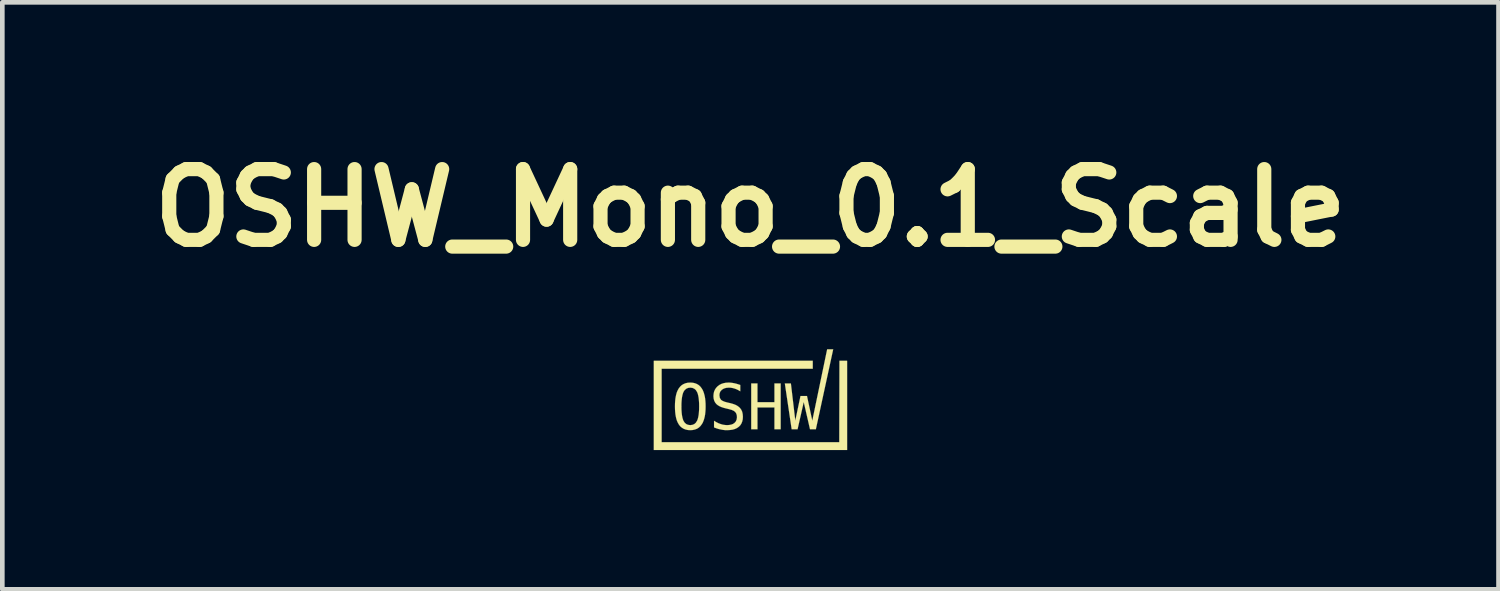
<source format=kicad_pcb>
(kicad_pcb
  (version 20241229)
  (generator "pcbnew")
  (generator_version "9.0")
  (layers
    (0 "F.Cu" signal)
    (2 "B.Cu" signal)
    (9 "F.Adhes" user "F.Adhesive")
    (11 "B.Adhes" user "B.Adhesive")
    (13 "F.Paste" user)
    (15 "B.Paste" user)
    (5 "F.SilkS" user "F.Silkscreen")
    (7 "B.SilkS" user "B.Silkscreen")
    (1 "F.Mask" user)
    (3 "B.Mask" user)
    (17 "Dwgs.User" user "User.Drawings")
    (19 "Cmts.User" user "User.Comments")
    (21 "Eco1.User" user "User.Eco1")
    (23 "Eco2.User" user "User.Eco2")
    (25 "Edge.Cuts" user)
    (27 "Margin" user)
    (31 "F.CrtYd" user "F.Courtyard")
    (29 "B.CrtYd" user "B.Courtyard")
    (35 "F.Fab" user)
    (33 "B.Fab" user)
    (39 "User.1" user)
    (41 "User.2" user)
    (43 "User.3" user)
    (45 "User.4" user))
  (footprint "OSHW_Mono_0.1_Scale"
    (layer "F.Cu")
    (at 13.114 5.559)
    (property "Reference" "OSHW_Mono_0.1_Scale" (at 0 -4.132 0) (layer "F.SilkS") (effects (font (size 1.524 1.524) (thickness 0.305))))
    (attr through_hole board_only exclude_from_pos_files exclude_from_bom)
    (fp_poly (pts (xy 0.017 -0.35) (xy 0.151 -0.35) (xy 0.151 0.054) (xy 0.517 0.054) (xy 0.517 -0.35) (xy 0.651 -0.35) (xy 0.651 0.637) (xy 0.517 0.637) (xy 0.517 0.167) (xy 0.151 0.167) (xy 0.151 0.637) (xy 0.017 0.637) (xy 0.017 -0.35)) (stroke (width 0.003) (type solid)) (fill yes) (layer "F.SilkS"))
    (fp_poly (pts (xy 0.741 -0.35) (xy 0.871 -0.35) (xy 0.966 0.451) (xy 1.078 -0.079) (xy 1.218 -0.079) (xy 1.332 0.453) (xy 1.652 -1.084) (xy 1.782 -1.084) (xy 1.409 0.637) (xy 1.283 0.637) (xy 1.148 0.05) (xy 1.015 0.637) (xy 0.888 0.637) (xy 0.741 -0.35)) (stroke (width 0.003) (type solid)) (fill yes) (layer "F.SilkS"))
    (fp_poly (pts (xy -2.082 -0.837) (xy -2.082 -0.752) (xy -2.082 0.999) (xy -2.082 1.084) (xy -1.998 1.084) (xy 1.998 1.084) (xy 2.082 1.084) (xy 2.082 0.999) (xy 2.082 -0.837) (xy 1.917 -0.837) (xy 1.913 0.915) (xy -1.913 0.915) (xy -1.913 -0.667) (xy 1.342 -0.667) (xy 1.342 -0.837) (xy -1.998 -0.837) (xy -2.082 -0.837)) (stroke (width 0.003) (type solid)) (fill yes) (layer "F.SilkS"))
    (fp_poly (pts (xy -0.219 -0.317) (xy -0.219 -0.181) (xy -0.26 -0.205) (xy -0.301 -0.225) (xy -0.342 -0.24) (xy -0.383 -0.251) (xy -0.424 -0.258) (xy -0.465 -0.26) (xy -0.524 -0.255) (xy -0.573 -0.24) (xy -0.614 -0.215) (xy -0.645 -0.183) (xy -0.663 -0.143) (xy -0.669 -0.097) (xy -0.66 -0.039) (xy -0.634 0.003) (xy -0.602 0.025) (xy -0.557 0.044) (xy -0.499 0.06) (xy -0.429 0.076) (xy -0.376 0.091) (xy -0.329 0.108) (xy -0.289 0.128) (xy -0.255 0.152) (xy -0.226 0.178) (xy -0.198 0.216) (xy -0.178 0.26) (xy -0.167 0.311) (xy -0.163 0.367) (xy -0.166 0.421) (xy -0.177 0.469) (xy -0.194 0.512) (xy -0.218 0.55) (xy -0.25 0.582) (xy -0.288 0.609) (xy -0.332 0.63) (xy -0.383 0.645) (xy -0.44 0.653) (xy -0.504 0.656) (xy -0.55 0.655) (xy -0.597 0.65) (xy -0.643 0.641) (xy -0.69 0.63) (xy -0.737 0.615) (xy -0.784 0.597) (xy -0.784 0.455) (xy -0.735 0.484) (xy -0.687 0.508) (xy -0.641 0.525) (xy -0.595 0.538) (xy -0.55 0.545) (xy -0.504 0.548) (xy -0.456 0.545) (xy -0.414 0.537) (xy -0.377 0.523) (xy -0.346 0.503) (xy -0.315 0.469) (xy -0.297 0.426) (xy -0.29 0.376) (xy -0.295 0.33) (xy -0.308 0.293) (xy -0.329 0.263) (xy -0.361 0.239) (xy -0.406 0.219) (xy -0.464 0.203) (xy -0.535 0.186) (xy -0.587 0.172) (xy -0.633 0.156) (xy -0.673 0.137) (xy -0.707 0.116) (xy -0.735 0.092) (xy -0.762 0.058) (xy -0.781 0.019) (xy -0.793 -0.026) (xy -0.797 -0.077) (xy -0.793 -0.127) (xy -0.783 -0.174) (xy -0.765 -0.216) (xy -0.74 -0.254) (xy -0.708 -0.288) (xy -0.67 -0.317) (xy -0.628 -0.339) (xy -0.58 -0.355) (xy -0.528 -0.365) (xy -0.472 -0.368) (xy -0.433 -0.367) (xy -0.393 -0.362) (xy -0.352 -0.355) (xy -0.309 -0.345) (xy -0.265 -0.332) (xy -0.219 -0.317)) (stroke (width 0.003) (type solid)) (fill yes) (layer "F.SilkS"))
    (fp_poly (pts (xy -1.105 0.144) (xy -0.966 0.144) (xy -0.967 0.207) (xy -0.971 0.265) (xy -0.977 0.319) (xy -0.986 0.37) (xy -0.998 0.416) (xy -1.012 0.458) (xy -1.028 0.496) (xy -1.048 0.529) (xy -1.077 0.568) (xy -1.111 0.6) (xy -1.15 0.625) (xy -1.194 0.642) (xy -1.243 0.653) (xy -1.296 0.656) (xy -1.35 0.653) (xy -1.398 0.642) (xy -1.442 0.625) (xy -1.481 0.6) (xy -1.516 0.569) (xy -1.545 0.53) (xy -1.564 0.496) (xy -1.581 0.459) (xy -1.595 0.417) (xy -1.606 0.37) (xy -1.615 0.32) (xy -1.621 0.266) (xy -1.625 0.207) (xy -1.626 0.144) (xy -1.625 0.082) (xy -1.621 0.023) (xy -1.615 -0.031) (xy -1.606 -0.081) (xy -1.595 -0.127) (xy -1.581 -0.17) (xy -1.564 -0.207) (xy -1.545 -0.241) (xy -1.515 -0.28) (xy -1.481 -0.312) (xy -1.442 -0.336) (xy -1.398 -0.354) (xy -1.35 -0.365) (xy -1.296 -0.368) (xy -1.243 -0.365) (xy -1.194 -0.354) (xy -1.15 -0.336) (xy -1.111 -0.312) (xy -1.077 -0.28) (xy -1.048 -0.241) (xy -1.028 -0.207) (xy -1.012 -0.17) (xy -0.998 -0.127) (xy -0.986 -0.081) (xy -0.977 -0.031) (xy -0.971 0.023) (xy -0.967 0.082) (xy -0.966 0.144) (xy -1.105 0.144) (xy -1.106 0.075) (xy -1.11 0.013) (xy -1.116 -0.042) (xy -1.125 -0.09) (xy -1.136 -0.132) (xy -1.15 -0.166) (xy -1.176 -0.207) (xy -1.209 -0.236) (xy -1.249 -0.254) (xy -1.296 -0.26) (xy -1.343 -0.254) (xy -1.383 -0.236) (xy -1.417 -0.207) (xy -1.443 -0.166) (xy -1.456 -0.132) (xy -1.467 -0.09) (xy -1.476 -0.042) (xy -1.482 0.013) (xy -1.486 0.075) (xy -1.487 0.144) (xy -1.486 0.213) (xy -1.482 0.275) (xy -1.476 0.33) (xy -1.467 0.379) (xy -1.456 0.42) (xy -1.443 0.455) (xy -1.417 0.495) (xy -1.383 0.525) (xy -1.343 0.542) (xy -1.296 0.548) (xy -1.249 0.542) (xy -1.209 0.525) (xy -1.176 0.496) (xy -1.15 0.455) (xy -1.136 0.421) (xy -1.125 0.379) (xy -1.116 0.331) (xy -1.11 0.276) (xy -1.106 0.213) (xy -1.105 0.144)) (stroke (width 0.003) (type solid)) (fill yes) (layer "F.SilkS")))
  (gr_rect
    (start -3 -3)
    (end 29.227 9.644)
    (stroke (width 0.1) (type default))
    (fill no)
    (layer "Edge.Cuts")))
</source>
